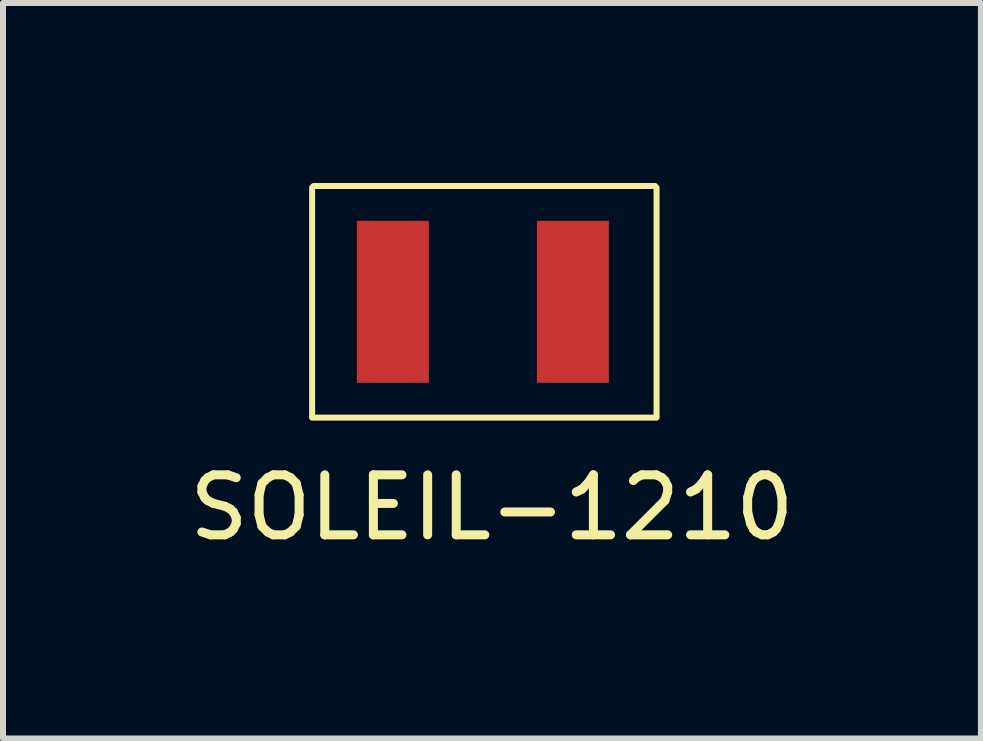
<source format=kicad_pcb>
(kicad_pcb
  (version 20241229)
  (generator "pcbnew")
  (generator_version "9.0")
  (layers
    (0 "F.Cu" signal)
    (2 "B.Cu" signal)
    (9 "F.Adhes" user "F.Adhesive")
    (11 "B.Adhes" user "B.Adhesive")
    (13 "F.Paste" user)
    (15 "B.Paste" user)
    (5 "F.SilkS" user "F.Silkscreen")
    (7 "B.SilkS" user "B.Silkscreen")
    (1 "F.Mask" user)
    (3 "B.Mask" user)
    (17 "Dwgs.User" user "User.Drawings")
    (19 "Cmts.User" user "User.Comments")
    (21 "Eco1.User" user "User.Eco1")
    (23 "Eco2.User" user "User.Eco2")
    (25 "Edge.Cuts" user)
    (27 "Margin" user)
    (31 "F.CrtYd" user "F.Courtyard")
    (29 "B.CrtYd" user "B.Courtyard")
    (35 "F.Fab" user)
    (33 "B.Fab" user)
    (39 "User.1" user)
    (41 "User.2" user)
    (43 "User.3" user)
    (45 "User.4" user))
  (footprint "SOLEIL-1210"
    (layer "F.Cu")
    (at 3.498 1.98)
    (property "Reference" "SOLEIL-1210" (at 1.651 3.429 0) (layer "F.SilkS") (effects (font (size 1 1) (thickness 0.15))))
    (attr through_hole)
    (fp_line (start -1.346 1.905) (end -1.346 -1.905) (stroke (width 0.1) (type solid)) (layer "F.SilkS"))
    (fp_line (start -1.321 -1.93) (end 4.369 -1.93) (stroke (width 0.1) (type solid)) (layer "F.SilkS"))
    (fp_line (start 4.394 -1.905) (end 4.394 1.905) (stroke (width 0.1) (type solid)) (layer "F.SilkS"))
    (fp_line (start 4.394 1.93) (end -1.346 1.93) (stroke (width 0.1) (type solid)) (layer "F.SilkS"))
    (pad "1" smd rect (at 0 0) (size 1.199 2.7) (layers "F.Cu" "F.Mask" "F.Paste"))
    (pad "2" smd rect (at 3 0) (size 1.199 2.7) (layers "F.Cu" "F.Mask" "F.Paste")))
  (gr_rect
    (start -3 -3)
    (end 13.298 9.258)
    (stroke (width 0.1) (type default))
    (fill no)
    (layer "Edge.Cuts")))
</source>
